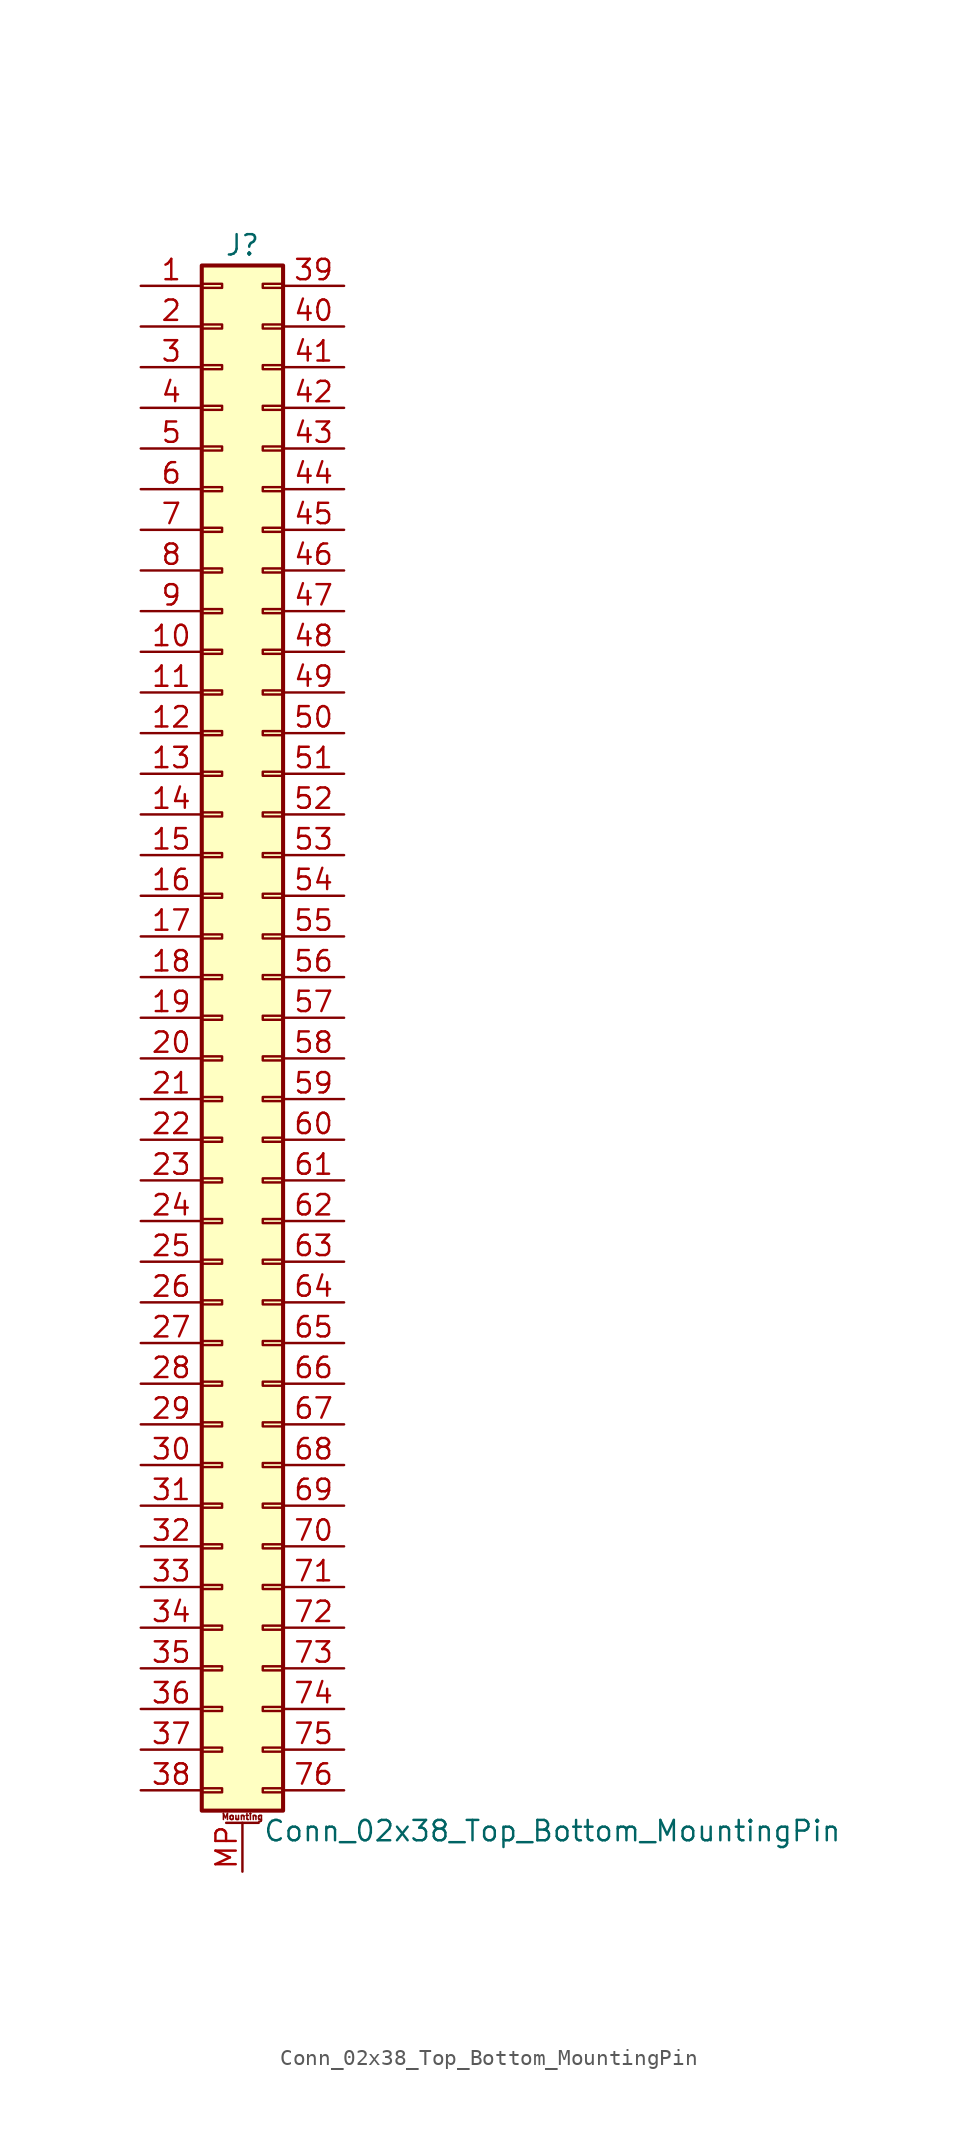
<source format=kicad_sym>
(kicad_symbol_lib
  (version 20211014)
  (generator kicad_symbol_editor)
  (symbol "Conn_02x38_Top_Bottom_MountingPin"
    (pin_names
      (offset 1.016) hide)
    (property "Reference" "J"
      (at 1.27 48.26 0)
      (effects (font (size 1.27 1.27))))
    (property "Value" "Conn_02x38_Top_Bottom_MountingPin"
      (at 2.54 -50.8 0)
      (effects (font (size 1.27 1.27)) (justify left)))
    (symbol "Conn_02x38_Top_Bottom_MountingPin_1_1"
      (rectangle (start -1.27 -48.133) (end 0 -48.387) (stroke (width 0.152) (type default) (color 0 0 0 0)) (fill (type none)))
      (rectangle (start -1.27 -45.593) (end 0 -45.847) (stroke (width 0.152) (type default) (color 0 0 0 0)) (fill (type none)))
      (rectangle (start -1.27 -43.053) (end 0 -43.307) (stroke (width 0.152) (type default) (color 0 0 0 0)) (fill (type none)))
      (rectangle (start -1.27 -40.513) (end 0 -40.767) (stroke (width 0.152) (type default) (color 0 0 0 0)) (fill (type none)))
      (rectangle (start -1.27 -37.973) (end 0 -38.227) (stroke (width 0.152) (type default) (color 0 0 0 0)) (fill (type none)))
      (rectangle (start -1.27 -35.433) (end 0 -35.687) (stroke (width 0.152) (type default) (color 0 0 0 0)) (fill (type none)))
      (rectangle (start -1.27 -32.893) (end 0 -33.147) (stroke (width 0.152) (type default) (color 0 0 0 0)) (fill (type none)))
      (rectangle (start -1.27 -30.353) (end 0 -30.607) (stroke (width 0.152) (type default) (color 0 0 0 0)) (fill (type none)))
      (rectangle (start -1.27 -27.813) (end 0 -28.067) (stroke (width 0.152) (type default) (color 0 0 0 0)) (fill (type none)))
      (rectangle (start -1.27 -25.273) (end 0 -25.527) (stroke (width 0.152) (type default) (color 0 0 0 0)) (fill (type none)))
      (rectangle (start -1.27 -22.733) (end 0 -22.987) (stroke (width 0.152) (type default) (color 0 0 0 0)) (fill (type none)))
      (rectangle (start -1.27 -20.193) (end 0 -20.447) (stroke (width 0.152) (type default) (color 0 0 0 0)) (fill (type none)))
      (rectangle (start -1.27 -17.653) (end 0 -17.907) (stroke (width 0.152) (type default) (color 0 0 0 0)) (fill (type none)))
      (rectangle (start -1.27 -15.113) (end 0 -15.367) (stroke (width 0.152) (type default) (color 0 0 0 0)) (fill (type none)))
      (rectangle (start -1.27 -12.573) (end 0 -12.827) (stroke (width 0.152) (type default) (color 0 0 0 0)) (fill (type none)))
      (rectangle (start -1.27 -10.033) (end 0 -10.287) (stroke (width 0.152) (type default) (color 0 0 0 0)) (fill (type none)))
      (rectangle (start -1.27 -7.493) (end 0 -7.747) (stroke (width 0.152) (type default) (color 0 0 0 0)) (fill (type none)))
      (rectangle (start -1.27 -4.953) (end 0 -5.207) (stroke (width 0.152) (type default) (color 0 0 0 0)) (fill (type none)))
      (rectangle (start -1.27 -2.413) (end 0 -2.667) (stroke (width 0.152) (type default) (color 0 0 0 0)) (fill (type none)))
      (rectangle (start -1.27 0.127) (end 0 -0.127) (stroke (width 0.152) (type default) (color 0 0 0 0)) (fill (type none)))
      (rectangle (start -1.27 2.667) (end 0 2.413) (stroke (width 0.152) (type default) (color 0 0 0 0)) (fill (type none)))
      (rectangle (start -1.27 5.207) (end 0 4.953) (stroke (width 0.152) (type default) (color 0 0 0 0)) (fill (type none)))
      (rectangle (start -1.27 7.747) (end 0 7.493) (stroke (width 0.152) (type default) (color 0 0 0 0)) (fill (type none)))
      (rectangle (start -1.27 10.287) (end 0 10.033) (stroke (width 0.152) (type default) (color 0 0 0 0)) (fill (type none)))
      (rectangle (start -1.27 12.827) (end 0 12.573) (stroke (width 0.152) (type default) (color 0 0 0 0)) (fill (type none)))
      (rectangle (start -1.27 15.367) (end 0 15.113) (stroke (width 0.152) (type default) (color 0 0 0 0)) (fill (type none)))
      (rectangle (start -1.27 17.907) (end 0 17.653) (stroke (width 0.152) (type default) (color 0 0 0 0)) (fill (type none)))
      (rectangle (start -1.27 20.447) (end 0 20.193) (stroke (width 0.152) (type default) (color 0 0 0 0)) (fill (type none)))
      (rectangle (start -1.27 22.987) (end 0 22.733) (stroke (width 0.152) (type default) (color 0 0 0 0)) (fill (type none)))
      (rectangle (start -1.27 25.527) (end 0 25.273) (stroke (width 0.152) (type default) (color 0 0 0 0)) (fill (type none)))
      (rectangle (start -1.27 28.067) (end 0 27.813) (stroke (width 0.152) (type default) (color 0 0 0 0)) (fill (type none)))
      (rectangle (start -1.27 30.607) (end 0 30.353) (stroke (width 0.152) (type default) (color 0 0 0 0)) (fill (type none)))
      (rectangle (start -1.27 33.147) (end 0 32.893) (stroke (width 0.152) (type default) (color 0 0 0 0)) (fill (type none)))
      (rectangle (start -1.27 35.687) (end 0 35.433) (stroke (width 0.152) (type default) (color 0 0 0 0)) (fill (type none)))
      (rectangle (start -1.27 38.227) (end 0 37.973) (stroke (width 0.152) (type default) (color 0 0 0 0)) (fill (type none)))
      (rectangle (start -1.27 40.767) (end 0 40.513) (stroke (width 0.152) (type default) (color 0 0 0 0)) (fill (type none)))
      (rectangle (start -1.27 43.307) (end 0 43.053) (stroke (width 0.152) (type default) (color 0 0 0 0)) (fill (type none)))
      (rectangle (start -1.27 45.847) (end 0 45.593) (stroke (width 0.152) (type default) (color 0 0 0 0)) (fill (type none)))
      (rectangle (start -1.27 46.99) (end 3.81 -49.53) (stroke (width 0.254) (type default) (color 0 0 0 0)) (fill (type background)))
      (polyline (pts (xy 0.254 -50.292) (xy 2.286 -50.292)) (stroke (width 0.152) (type default) (color 0 0 0 0)) (fill (type none)))
      (rectangle (start 3.81 -48.133) (end 2.54 -48.387) (stroke (width 0.152) (type default) (color 0 0 0 0)) (fill (type none)))
      (rectangle (start 3.81 -45.593) (end 2.54 -45.847) (stroke (width 0.152) (type default) (color 0 0 0 0)) (fill (type none)))
      (rectangle (start 3.81 -43.053) (end 2.54 -43.307) (stroke (width 0.152) (type default) (color 0 0 0 0)) (fill (type none)))
      (rectangle (start 3.81 -40.513) (end 2.54 -40.767) (stroke (width 0.152) (type default) (color 0 0 0 0)) (fill (type none)))
      (rectangle (start 3.81 -37.973) (end 2.54 -38.227) (stroke (width 0.152) (type default) (color 0 0 0 0)) (fill (type none)))
      (rectangle (start 3.81 -35.433) (end 2.54 -35.687) (stroke (width 0.152) (type default) (color 0 0 0 0)) (fill (type none)))
      (rectangle (start 3.81 -32.893) (end 2.54 -33.147) (stroke (width 0.152) (type default) (color 0 0 0 0)) (fill (type none)))
      (rectangle (start 3.81 -30.353) (end 2.54 -30.607) (stroke (width 0.152) (type default) (color 0 0 0 0)) (fill (type none)))
      (rectangle (start 3.81 -27.813) (end 2.54 -28.067) (stroke (width 0.152) (type default) (color 0 0 0 0)) (fill (type none)))
      (rectangle (start 3.81 -25.273) (end 2.54 -25.527) (stroke (width 0.152) (type default) (color 0 0 0 0)) (fill (type none)))
      (rectangle (start 3.81 -22.733) (end 2.54 -22.987) (stroke (width 0.152) (type default) (color 0 0 0 0)) (fill (type none)))
      (rectangle (start 3.81 -20.193) (end 2.54 -20.447) (stroke (width 0.152) (type default) (color 0 0 0 0)) (fill (type none)))
      (rectangle (start 3.81 -17.653) (end 2.54 -17.907) (stroke (width 0.152) (type default) (color 0 0 0 0)) (fill (type none)))
      (rectangle (start 3.81 -15.113) (end 2.54 -15.367) (stroke (width 0.152) (type default) (color 0 0 0 0)) (fill (type none)))
      (rectangle (start 3.81 -12.573) (end 2.54 -12.827) (stroke (width 0.152) (type default) (color 0 0 0 0)) (fill (type none)))
      (rectangle (start 3.81 -10.033) (end 2.54 -10.287) (stroke (width 0.152) (type default) (color 0 0 0 0)) (fill (type none)))
      (rectangle (start 3.81 -7.493) (end 2.54 -7.747) (stroke (width 0.152) (type default) (color 0 0 0 0)) (fill (type none)))
      (rectangle (start 3.81 -4.953) (end 2.54 -5.207) (stroke (width 0.152) (type default) (color 0 0 0 0)) (fill (type none)))
      (rectangle (start 3.81 -2.413) (end 2.54 -2.667) (stroke (width 0.152) (type default) (color 0 0 0 0)) (fill (type none)))
      (rectangle (start 3.81 0.127) (end 2.54 -0.127) (stroke (width 0.152) (type default) (color 0 0 0 0)) (fill (type none)))
      (rectangle (start 3.81 2.667) (end 2.54 2.413) (stroke (width 0.152) (type default) (color 0 0 0 0)) (fill (type none)))
      (rectangle (start 3.81 5.207) (end 2.54 4.953) (stroke (width 0.152) (type default) (color 0 0 0 0)) (fill (type none)))
      (rectangle (start 3.81 7.747) (end 2.54 7.493) (stroke (width 0.152) (type default) (color 0 0 0 0)) (fill (type none)))
      (rectangle (start 3.81 10.287) (end 2.54 10.033) (stroke (width 0.152) (type default) (color 0 0 0 0)) (fill (type none)))
      (rectangle (start 3.81 12.827) (end 2.54 12.573) (stroke (width 0.152) (type default) (color 0 0 0 0)) (fill (type none)))
      (rectangle (start 3.81 15.367) (end 2.54 15.113) (stroke (width 0.152) (type default) (color 0 0 0 0)) (fill (type none)))
      (rectangle (start 3.81 17.907) (end 2.54 17.653) (stroke (width 0.152) (type default) (color 0 0 0 0)) (fill (type none)))
      (rectangle (start 3.81 20.447) (end 2.54 20.193) (stroke (width 0.152) (type default) (color 0 0 0 0)) (fill (type none)))
      (rectangle (start 3.81 22.987) (end 2.54 22.733) (stroke (width 0.152) (type default) (color 0 0 0 0)) (fill (type none)))
      (rectangle (start 3.81 25.527) (end 2.54 25.273) (stroke (width 0.152) (type default) (color 0 0 0 0)) (fill (type none)))
      (rectangle (start 3.81 28.067) (end 2.54 27.813) (stroke (width 0.152) (type default) (color 0 0 0 0)) (fill (type none)))
      (rectangle (start 3.81 30.607) (end 2.54 30.353) (stroke (width 0.152) (type default) (color 0 0 0 0)) (fill (type none)))
      (rectangle (start 3.81 33.147) (end 2.54 32.893) (stroke (width 0.152) (type default) (color 0 0 0 0)) (fill (type none)))
      (rectangle (start 3.81 35.687) (end 2.54 35.433) (stroke (width 0.152) (type default) (color 0 0 0 0)) (fill (type none)))
      (rectangle (start 3.81 38.227) (end 2.54 37.973) (stroke (width 0.152) (type default) (color 0 0 0 0)) (fill (type none)))
      (rectangle (start 3.81 40.767) (end 2.54 40.513) (stroke (width 0.152) (type default) (color 0 0 0 0)) (fill (type none)))
      (rectangle (start 3.81 43.307) (end 2.54 43.053) (stroke (width 0.152) (type default) (color 0 0 0 0)) (fill (type none)))
      (rectangle (start 3.81 45.847) (end 2.54 45.593) (stroke (width 0.152) (type default) (color 0 0 0 0)) (fill (type none)))
      (text "Mounting" (at 1.27 -49.911 0) (effects (font (size 0.381 0.381))))
      (pin passive line (at -5.08 45.72 0) (length 3.81) (name "Pin_1" (effects (font (size 1.27 1.27)))) (number "1" (effects (font (size 1.27 1.27)))))
      (pin passive line (at -5.08 22.86 0) (length 3.81) (name "Pin_10" (effects (font (size 1.27 1.27)))) (number "10" (effects (font (size 1.27 1.27)))))
      (pin passive line (at -5.08 20.32 0) (length 3.81) (name "Pin_11" (effects (font (size 1.27 1.27)))) (number "11" (effects (font (size 1.27 1.27)))))
      (pin passive line (at -5.08 17.78 0) (length 3.81) (name "Pin_12" (effects (font (size 1.27 1.27)))) (number "12" (effects (font (size 1.27 1.27)))))
      (pin passive line (at -5.08 15.24 0) (length 3.81) (name "Pin_13" (effects (font (size 1.27 1.27)))) (number "13" (effects (font (size 1.27 1.27)))))
      (pin passive line (at -5.08 12.7 0) (length 3.81) (name "Pin_14" (effects (font (size 1.27 1.27)))) (number "14" (effects (font (size 1.27 1.27)))))
      (pin passive line (at -5.08 10.16 0) (length 3.81) (name "Pin_15" (effects (font (size 1.27 1.27)))) (number "15" (effects (font (size 1.27 1.27)))))
      (pin passive line (at -5.08 7.62 0) (length 3.81) (name "Pin_16" (effects (font (size 1.27 1.27)))) (number "16" (effects (font (size 1.27 1.27)))))
      (pin passive line (at -5.08 5.08 0) (length 3.81) (name "Pin_17" (effects (font (size 1.27 1.27)))) (number "17" (effects (font (size 1.27 1.27)))))
      (pin passive line (at -5.08 2.54 0) (length 3.81) (name "Pin_18" (effects (font (size 1.27 1.27)))) (number "18" (effects (font (size 1.27 1.27)))))
      (pin passive line (at -5.08 0 0) (length 3.81) (name "Pin_19" (effects (font (size 1.27 1.27)))) (number "19" (effects (font (size 1.27 1.27)))))
      (pin passive line (at -5.08 43.18 0) (length 3.81) (name "Pin_2" (effects (font (size 1.27 1.27)))) (number "2" (effects (font (size 1.27 1.27)))))
      (pin passive line (at -5.08 -2.54 0) (length 3.81) (name "Pin_20" (effects (font (size 1.27 1.27)))) (number "20" (effects (font (size 1.27 1.27)))))
      (pin passive line (at -5.08 -5.08 0) (length 3.81) (name "Pin_21" (effects (font (size 1.27 1.27)))) (number "21" (effects (font (size 1.27 1.27)))))
      (pin passive line (at -5.08 -7.62 0) (length 3.81) (name "Pin_22" (effects (font (size 1.27 1.27)))) (number "22" (effects (font (size 1.27 1.27)))))
      (pin passive line (at -5.08 -10.16 0) (length 3.81) (name "Pin_23" (effects (font (size 1.27 1.27)))) (number "23" (effects (font (size 1.27 1.27)))))
      (pin passive line (at -5.08 -12.7 0) (length 3.81) (name "Pin_24" (effects (font (size 1.27 1.27)))) (number "24" (effects (font (size 1.27 1.27)))))
      (pin passive line (at -5.08 -15.24 0) (length 3.81) (name "Pin_25" (effects (font (size 1.27 1.27)))) (number "25" (effects (font (size 1.27 1.27)))))
      (pin passive line (at -5.08 -17.78 0) (length 3.81) (name "Pin_26" (effects (font (size 1.27 1.27)))) (number "26" (effects (font (size 1.27 1.27)))))
      (pin passive line (at -5.08 -20.32 0) (length 3.81) (name "Pin_27" (effects (font (size 1.27 1.27)))) (number "27" (effects (font (size 1.27 1.27)))))
      (pin passive line (at -5.08 -22.86 0) (length 3.81) (name "Pin_28" (effects (font (size 1.27 1.27)))) (number "28" (effects (font (size 1.27 1.27)))))
      (pin passive line (at -5.08 -25.4 0) (length 3.81) (name "Pin_29" (effects (font (size 1.27 1.27)))) (number "29" (effects (font (size 1.27 1.27)))))
      (pin passive line (at -5.08 40.64 0) (length 3.81) (name "Pin_3" (effects (font (size 1.27 1.27)))) (number "3" (effects (font (size 1.27 1.27)))))
      (pin passive line (at -5.08 -27.94 0) (length 3.81) (name "Pin_30" (effects (font (size 1.27 1.27)))) (number "30" (effects (font (size 1.27 1.27)))))
      (pin passive line (at -5.08 -30.48 0) (length 3.81) (name "Pin_31" (effects (font (size 1.27 1.27)))) (number "31" (effects (font (size 1.27 1.27)))))
      (pin passive line (at -5.08 -33.02 0) (length 3.81) (name "Pin_32" (effects (font (size 1.27 1.27)))) (number "32" (effects (font (size 1.27 1.27)))))
      (pin passive line (at -5.08 -35.56 0) (length 3.81) (name "Pin_33" (effects (font (size 1.27 1.27)))) (number "33" (effects (font (size 1.27 1.27)))))
      (pin passive line (at -5.08 -38.1 0) (length 3.81) (name "Pin_34" (effects (font (size 1.27 1.27)))) (number "34" (effects (font (size 1.27 1.27)))))
      (pin passive line (at -5.08 -40.64 0) (length 3.81) (name "Pin_35" (effects (font (size 1.27 1.27)))) (number "35" (effects (font (size 1.27 1.27)))))
      (pin passive line (at -5.08 -43.18 0) (length 3.81) (name "Pin_36" (effects (font (size 1.27 1.27)))) (number "36" (effects (font (size 1.27 1.27)))))
      (pin passive line (at -5.08 -45.72 0) (length 3.81) (name "Pin_37" (effects (font (size 1.27 1.27)))) (number "37" (effects (font (size 1.27 1.27)))))
      (pin passive line (at -5.08 -48.26 0) (length 3.81) (name "Pin_38" (effects (font (size 1.27 1.27)))) (number "38" (effects (font (size 1.27 1.27)))))
      (pin passive line (at 7.62 45.72 180) (length 3.81) (name "Pin_39" (effects (font (size 1.27 1.27)))) (number "39" (effects (font (size 1.27 1.27)))))
      (pin passive line (at -5.08 38.1 0) (length 3.81) (name "Pin_4" (effects (font (size 1.27 1.27)))) (number "4" (effects (font (size 1.27 1.27)))))
      (pin passive line (at 7.62 43.18 180) (length 3.81) (name "Pin_40" (effects (font (size 1.27 1.27)))) (number "40" (effects (font (size 1.27 1.27)))))
      (pin passive line (at 7.62 40.64 180) (length 3.81) (name "Pin_41" (effects (font (size 1.27 1.27)))) (number "41" (effects (font (size 1.27 1.27)))))
      (pin passive line (at 7.62 38.1 180) (length 3.81) (name "Pin_42" (effects (font (size 1.27 1.27)))) (number "42" (effects (font (size 1.27 1.27)))))
      (pin passive line (at 7.62 35.56 180) (length 3.81) (name "Pin_43" (effects (font (size 1.27 1.27)))) (number "43" (effects (font (size 1.27 1.27)))))
      (pin passive line (at 7.62 33.02 180) (length 3.81) (name "Pin_44" (effects (font (size 1.27 1.27)))) (number "44" (effects (font (size 1.27 1.27)))))
      (pin passive line (at 7.62 30.48 180) (length 3.81) (name "Pin_45" (effects (font (size 1.27 1.27)))) (number "45" (effects (font (size 1.27 1.27)))))
      (pin passive line (at 7.62 27.94 180) (length 3.81) (name "Pin_46" (effects (font (size 1.27 1.27)))) (number "46" (effects (font (size 1.27 1.27)))))
      (pin passive line (at 7.62 25.4 180) (length 3.81) (name "Pin_47" (effects (font (size 1.27 1.27)))) (number "47" (effects (font (size 1.27 1.27)))))
      (pin passive line (at 7.62 22.86 180) (length 3.81) (name "Pin_48" (effects (font (size 1.27 1.27)))) (number "48" (effects (font (size 1.27 1.27)))))
      (pin passive line (at 7.62 20.32 180) (length 3.81) (name "Pin_49" (effects (font (size 1.27 1.27)))) (number "49" (effects (font (size 1.27 1.27)))))
      (pin passive line (at -5.08 35.56 0) (length 3.81) (name "Pin_5" (effects (font (size 1.27 1.27)))) (number "5" (effects (font (size 1.27 1.27)))))
      (pin passive line (at 7.62 17.78 180) (length 3.81) (name "Pin_50" (effects (font (size 1.27 1.27)))) (number "50" (effects (font (size 1.27 1.27)))))
      (pin passive line (at 7.62 15.24 180) (length 3.81) (name "Pin_51" (effects (font (size 1.27 1.27)))) (number "51" (effects (font (size 1.27 1.27)))))
      (pin passive line (at 7.62 12.7 180) (length 3.81) (name "Pin_52" (effects (font (size 1.27 1.27)))) (number "52" (effects (font (size 1.27 1.27)))))
      (pin passive line (at 7.62 10.16 180) (length 3.81) (name "Pin_53" (effects (font (size 1.27 1.27)))) (number "53" (effects (font (size 1.27 1.27)))))
      (pin passive line (at 7.62 7.62 180) (length 3.81) (name "Pin_54" (effects (font (size 1.27 1.27)))) (number "54" (effects (font (size 1.27 1.27)))))
      (pin passive line (at 7.62 5.08 180) (length 3.81) (name "Pin_55" (effects (font (size 1.27 1.27)))) (number "55" (effects (font (size 1.27 1.27)))))
      (pin passive line (at 7.62 2.54 180) (length 3.81) (name "Pin_56" (effects (font (size 1.27 1.27)))) (number "56" (effects (font (size 1.27 1.27)))))
      (pin passive line (at 7.62 0 180) (length 3.81) (name "Pin_57" (effects (font (size 1.27 1.27)))) (number "57" (effects (font (size 1.27 1.27)))))
      (pin passive line (at 7.62 -2.54 180) (length 3.81) (name "Pin_58" (effects (font (size 1.27 1.27)))) (number "58" (effects (font (size 1.27 1.27)))))
      (pin passive line (at 7.62 -5.08 180) (length 3.81) (name "Pin_59" (effects (font (size 1.27 1.27)))) (number "59" (effects (font (size 1.27 1.27)))))
      (pin passive line (at -5.08 33.02 0) (length 3.81) (name "Pin_6" (effects (font (size 1.27 1.27)))) (number "6" (effects (font (size 1.27 1.27)))))
      (pin passive line (at 7.62 -7.62 180) (length 3.81) (name "Pin_60" (effects (font (size 1.27 1.27)))) (number "60" (effects (font (size 1.27 1.27)))))
      (pin passive line (at 7.62 -10.16 180) (length 3.81) (name "Pin_61" (effects (font (size 1.27 1.27)))) (number "61" (effects (font (size 1.27 1.27)))))
      (pin passive line (at 7.62 -12.7 180) (length 3.81) (name "Pin_62" (effects (font (size 1.27 1.27)))) (number "62" (effects (font (size 1.27 1.27)))))
      (pin passive line (at 7.62 -15.24 180) (length 3.81) (name "Pin_63" (effects (font (size 1.27 1.27)))) (number "63" (effects (font (size 1.27 1.27)))))
      (pin passive line (at 7.62 -17.78 180) (length 3.81) (name "Pin_64" (effects (font (size 1.27 1.27)))) (number "64" (effects (font (size 1.27 1.27)))))
      (pin passive line (at 7.62 -20.32 180) (length 3.81) (name "Pin_65" (effects (font (size 1.27 1.27)))) (number "65" (effects (font (size 1.27 1.27)))))
      (pin passive line (at 7.62 -22.86 180) (length 3.81) (name "Pin_66" (effects (font (size 1.27 1.27)))) (number "66" (effects (font (size 1.27 1.27)))))
      (pin passive line (at 7.62 -25.4 180) (length 3.81) (name "Pin_67" (effects (font (size 1.27 1.27)))) (number "67" (effects (font (size 1.27 1.27)))))
      (pin passive line (at 7.62 -27.94 180) (length 3.81) (name "Pin_68" (effects (font (size 1.27 1.27)))) (number "68" (effects (font (size 1.27 1.27)))))
      (pin passive line (at 7.62 -30.48 180) (length 3.81) (name "Pin_69" (effects (font (size 1.27 1.27)))) (number "69" (effects (font (size 1.27 1.27)))))
      (pin passive line (at -5.08 30.48 0) (length 3.81) (name "Pin_7" (effects (font (size 1.27 1.27)))) (number "7" (effects (font (size 1.27 1.27)))))
      (pin passive line (at 7.62 -33.02 180) (length 3.81) (name "Pin_70" (effects (font (size 1.27 1.27)))) (number "70" (effects (font (size 1.27 1.27)))))
      (pin passive line (at 7.62 -35.56 180) (length 3.81) (name "Pin_71" (effects (font (size 1.27 1.27)))) (number "71" (effects (font (size 1.27 1.27)))))
      (pin passive line (at 7.62 -38.1 180) (length 3.81) (name "Pin_72" (effects (font (size 1.27 1.27)))) (number "72" (effects (font (size 1.27 1.27)))))
      (pin passive line (at 7.62 -40.64 180) (length 3.81) (name "Pin_73" (effects (font (size 1.27 1.27)))) (number "73" (effects (font (size 1.27 1.27)))))
      (pin passive line (at 7.62 -43.18 180) (length 3.81) (name "Pin_74" (effects (font (size 1.27 1.27)))) (number "74" (effects (font (size 1.27 1.27)))))
      (pin passive line (at 7.62 -45.72 180) (length 3.81) (name "Pin_75" (effects (font (size 1.27 1.27)))) (number "75" (effects (font (size 1.27 1.27)))))
      (pin passive line (at 7.62 -48.26 180) (length 3.81) (name "Pin_76" (effects (font (size 1.27 1.27)))) (number "76" (effects (font (size 1.27 1.27)))))
      (pin passive line (at -5.08 27.94 0) (length 3.81) (name "Pin_8" (effects (font (size 1.27 1.27)))) (number "8" (effects (font (size 1.27 1.27)))))
      (pin passive line (at -5.08 25.4 0) (length 3.81) (name "Pin_9" (effects (font (size 1.27 1.27)))) (number "9" (effects (font (size 1.27 1.27)))))
      (pin passive line (at 1.27 -53.34 90) (length 3.048) (name "MountPin" (effects (font (size 1.27 1.27)))) (number "MP" (effects (font (size 1.27 1.27))))))))
</source>
